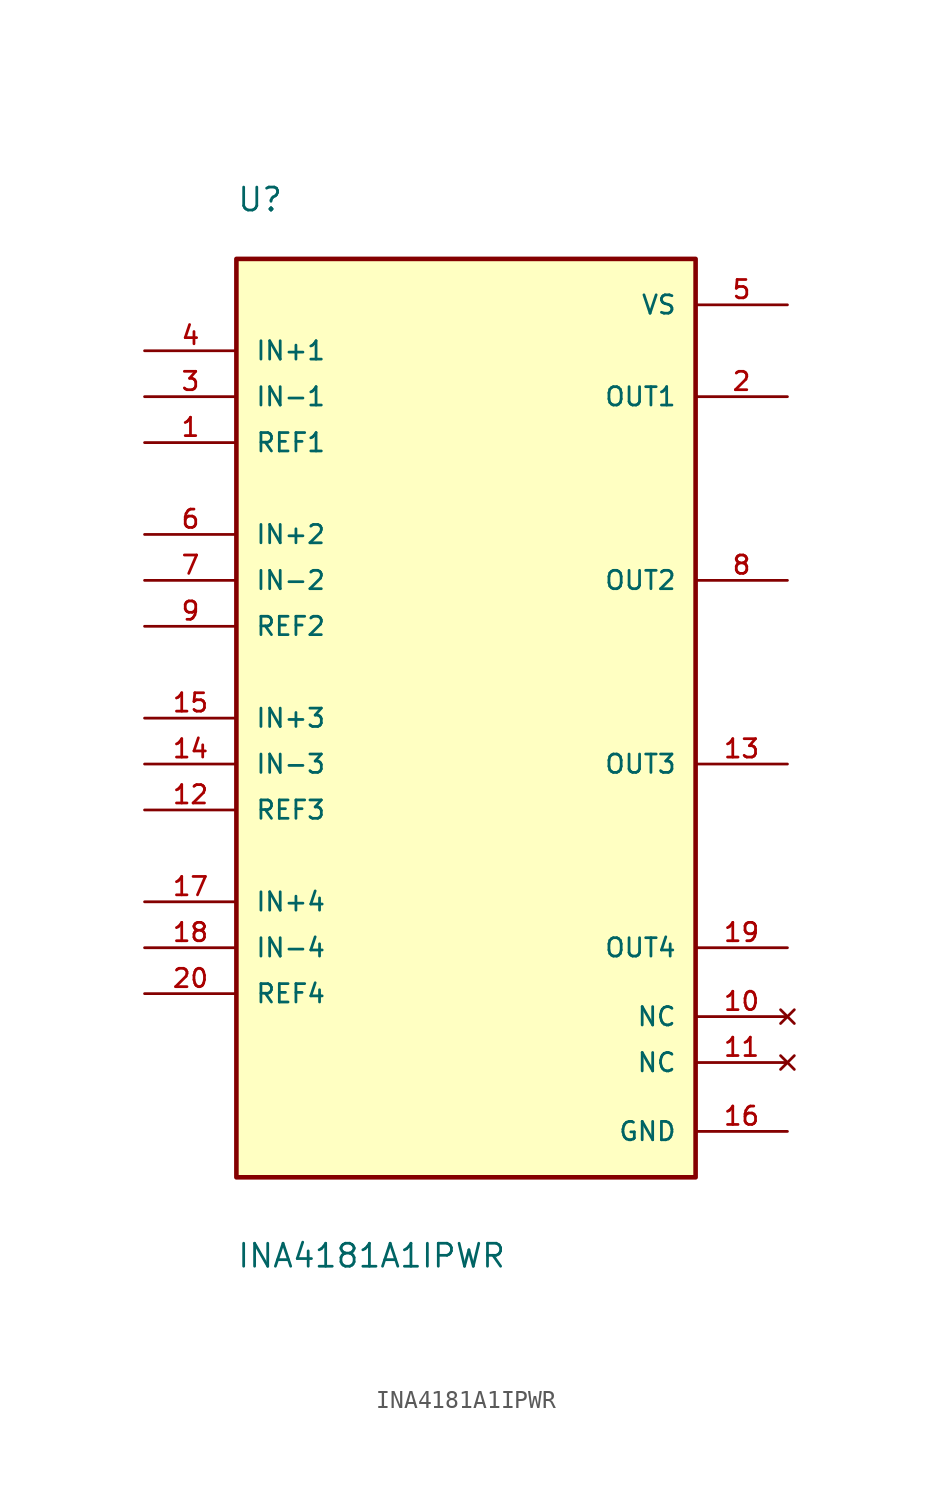
<source format=kicad_sym>
(kicad_symbol_lib
  (version 20220914)
  (generator kicad_symbol_editor)
  (symbol "INA4181A1IPWR"
    (pin_names
      (offset 1.016))
    (property "Reference" "U"
      (at -12.7 27.94 0)
      (effects (font (size 1.27 1.27)) (justify left bottom)))
    (property "Value" "INA4181A1IPWR"
      (at -12.7 -30.48 0)
      (effects (font (size 1.27 1.27)) (justify left bottom)))
    (symbol "INA4181A1IPWR_0_0"
      (rectangle (start -12.7 25.4) (end 12.7 -25.4) (stroke (width 0.254) (type default)) (fill (type background)))
      (pin input line (at -17.78 15.24 0) (length 5.08) (name "REF1" (effects (font (size 1.016 1.016)))) (number "1" (effects (font (size 1.016 1.016)))))
      (pin no_connect line (at 17.78 -16.51 180) (length 5.08) (name "NC" (effects (font (size 1.016 1.016)))) (number "10" (effects (font (size 1.016 1.016)))))
      (pin no_connect line (at 17.78 -19.05 180) (length 5.08) (name "NC" (effects (font (size 1.016 1.016)))) (number "11" (effects (font (size 1.016 1.016)))))
      (pin input line (at -17.78 -5.08 0) (length 5.08) (name "REF3" (effects (font (size 1.016 1.016)))) (number "12" (effects (font (size 1.016 1.016)))))
      (pin output line (at 17.78 -2.54 180) (length 5.08) (name "OUT3" (effects (font (size 1.016 1.016)))) (number "13" (effects (font (size 1.016 1.016)))))
      (pin input line (at -17.78 -2.54 0) (length 5.08) (name "IN-3" (effects (font (size 1.016 1.016)))) (number "14" (effects (font (size 1.016 1.016)))))
      (pin input line (at -17.78 0 0) (length 5.08) (name "IN+3" (effects (font (size 1.016 1.016)))) (number "15" (effects (font (size 1.016 1.016)))))
      (pin power_in line (at 17.78 -22.86 180) (length 5.08) (name "GND" (effects (font (size 1.016 1.016)))) (number "16" (effects (font (size 1.016 1.016)))))
      (pin input line (at -17.78 -10.16 0) (length 5.08) (name "IN+4" (effects (font (size 1.016 1.016)))) (number "17" (effects (font (size 1.016 1.016)))))
      (pin input line (at -17.78 -12.7 0) (length 5.08) (name "IN-4" (effects (font (size 1.016 1.016)))) (number "18" (effects (font (size 1.016 1.016)))))
      (pin output line (at 17.78 -12.7 180) (length 5.08) (name "OUT4" (effects (font (size 1.016 1.016)))) (number "19" (effects (font (size 1.016 1.016)))))
      (pin output line (at 17.78 17.78 180) (length 5.08) (name "OUT1" (effects (font (size 1.016 1.016)))) (number "2" (effects (font (size 1.016 1.016)))))
      (pin input line (at -17.78 -15.24 0) (length 5.08) (name "REF4" (effects (font (size 1.016 1.016)))) (number "20" (effects (font (size 1.016 1.016)))))
      (pin input line (at -17.78 17.78 0) (length 5.08) (name "IN-1" (effects (font (size 1.016 1.016)))) (number "3" (effects (font (size 1.016 1.016)))))
      (pin input line (at -17.78 20.32 0) (length 5.08) (name "IN+1" (effects (font (size 1.016 1.016)))) (number "4" (effects (font (size 1.016 1.016)))))
      (pin power_in line (at 17.78 22.86 180) (length 5.08) (name "VS" (effects (font (size 1.016 1.016)))) (number "5" (effects (font (size 1.016 1.016)))))
      (pin input line (at -17.78 10.16 0) (length 5.08) (name "IN+2" (effects (font (size 1.016 1.016)))) (number "6" (effects (font (size 1.016 1.016)))))
      (pin input line (at -17.78 7.62 0) (length 5.08) (name "IN-2" (effects (font (size 1.016 1.016)))) (number "7" (effects (font (size 1.016 1.016)))))
      (pin output line (at 17.78 7.62 180) (length 5.08) (name "OUT2" (effects (font (size 1.016 1.016)))) (number "8" (effects (font (size 1.016 1.016)))))
      (pin input line (at -17.78 5.08 0) (length 5.08) (name "REF2" (effects (font (size 1.016 1.016)))) (number "9" (effects (font (size 1.016 1.016))))))))
</source>
